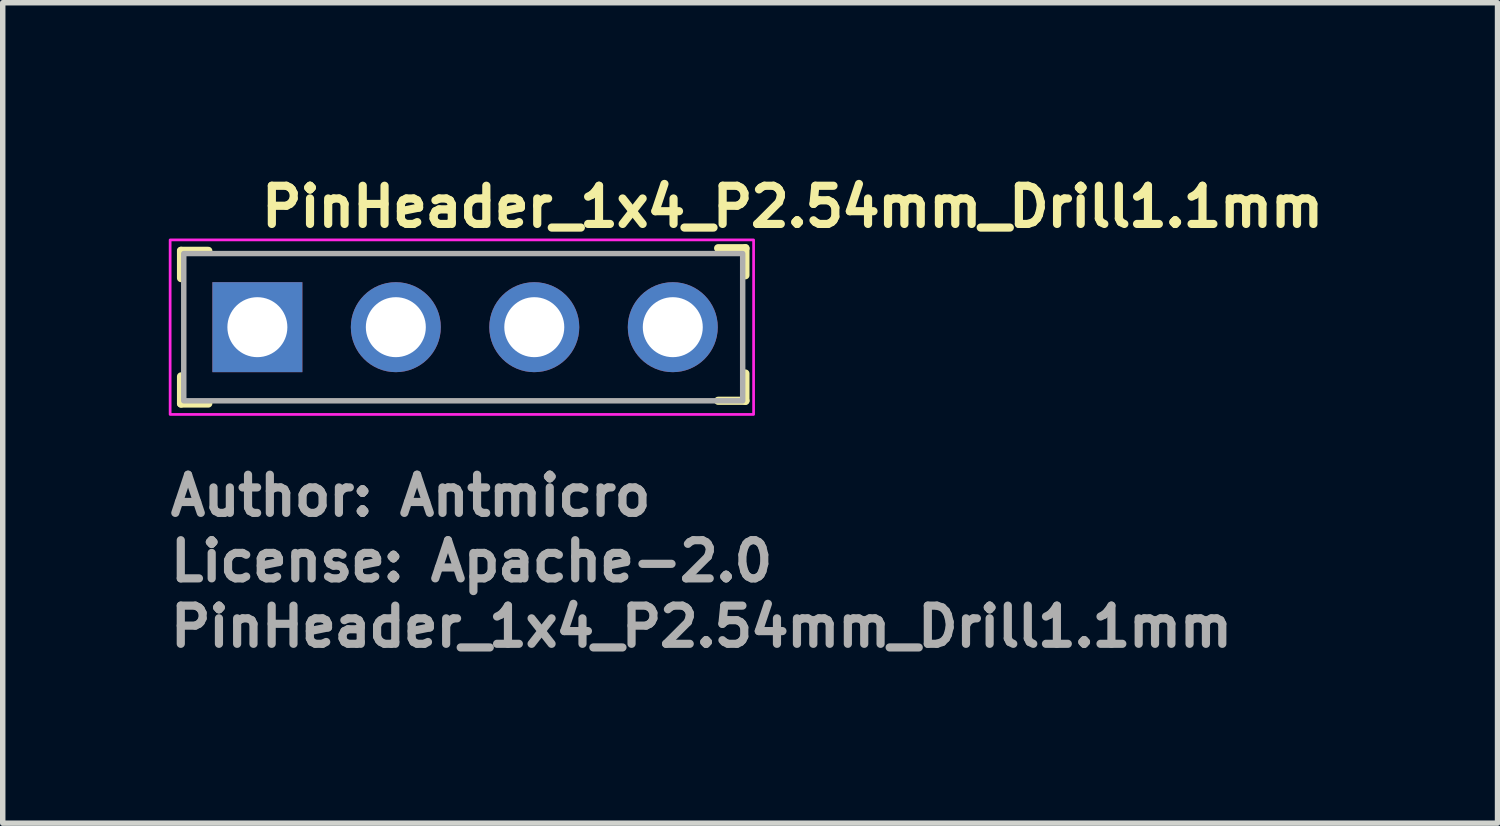
<source format=kicad_pcb>
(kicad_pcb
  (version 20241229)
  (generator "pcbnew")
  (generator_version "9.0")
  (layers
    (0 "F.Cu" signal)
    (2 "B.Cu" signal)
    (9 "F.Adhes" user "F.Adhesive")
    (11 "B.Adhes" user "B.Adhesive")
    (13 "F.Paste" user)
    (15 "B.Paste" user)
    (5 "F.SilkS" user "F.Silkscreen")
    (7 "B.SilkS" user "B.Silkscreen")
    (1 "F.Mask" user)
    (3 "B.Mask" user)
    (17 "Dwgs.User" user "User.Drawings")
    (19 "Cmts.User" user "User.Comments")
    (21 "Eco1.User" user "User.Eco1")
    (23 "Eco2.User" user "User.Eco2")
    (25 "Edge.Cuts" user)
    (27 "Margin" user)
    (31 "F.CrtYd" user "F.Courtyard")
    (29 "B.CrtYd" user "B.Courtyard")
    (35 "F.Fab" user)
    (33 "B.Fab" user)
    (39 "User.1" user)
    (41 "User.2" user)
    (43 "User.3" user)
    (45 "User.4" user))
  (footprint "PinHeader_1x4_P2.54mm_Drill1.1mm"
    (layer "F.Cu")
    (at 1.67 2.95)
    (property "Reference" "PinHeader_1x4_P2.54mm_Drill1.1mm" (at 0 -1.8 0) (layer "F.SilkS") (effects (font (size 0.7 0.7) (thickness 0.15)) (justify left bottom)))
    (attr through_hole)
    (fp_line (start -1.4 -1.4) (end -1.4 -0.9) (stroke (width 0.15) (type solid)) (layer "F.SilkS"))
    (fp_line (start -1.4 -1.4) (end -0.9 -1.4) (stroke (width 0.15) (type solid)) (layer "F.SilkS"))
    (fp_line (start -1.4 1.4) (end -1.4 0.903) (stroke (width 0.15) (type solid)) (layer "F.SilkS"))
    (fp_line (start -1.4 1.4) (end -0.9 1.4) (stroke (width 0.15) (type solid)) (layer "F.SilkS"))
    (fp_line (start 8.95 -1.448) (end 8.45 -1.448) (stroke (width 0.15) (type solid)) (layer "F.SilkS"))
    (fp_line (start 8.95 -1.448) (end 8.95 -0.952) (stroke (width 0.15) (type solid)) (layer "F.SilkS"))
    (fp_line (start 8.95 1.35) (end 8.45 1.35) (stroke (width 0.15) (type solid)) (layer "F.SilkS"))
    (fp_line (start 8.95 1.35) (end 8.95 0.85) (stroke (width 0.15) (type solid)) (layer "F.SilkS"))
    (fp_rect (start -1.6 -1.6) (end 9.1 1.6) (stroke (width 0.05) (type solid)) (fill no) (layer "F.CrtYd"))
    (fp_rect (start -1.35 -1.35) (end 8.9 1.35) (stroke (width 0.1) (type solid)) (fill no) (layer "F.Fab"))
    (fp_rect (start -1.27 -1.27) (end 8.879 1.269) (stroke (width 0.1) (type solid)) (fill no) (layer "User.5"))
    (fp_line (start -1.27 -1.27) (end 1.044 -1.27) (stroke (width 0.02) (type solid)) (layer "User.9"))
    (fp_line (start -1.27 1.269) (end -1.27 -1.27) (stroke (width 0.02) (type solid)) (layer "User.9"))
    (fp_line (start -1.27 1.269) (end 1.044 1.269) (stroke (width 0.02) (type solid)) (layer "User.9"))
    (fp_line (start -0.32 -0.32) (end -0.064 -0.064) (stroke (width 0.02) (type solid)) (layer "User.9"))
    (fp_line (start -0.32 -0.32) (end 0.32 -0.32) (stroke (width 0.02) (type solid)) (layer "User.9"))
    (fp_line (start -0.32 0.32) (end -0.32 -0.32) (stroke (width 0.02) (type solid)) (layer "User.9"))
    (fp_line (start -0.32 0.32) (end -0.064 0.064) (stroke (width 0.02) (type solid)) (layer "User.9"))
    (fp_line (start -0.32 0.32) (end 0.32 0.32) (stroke (width 0.02) (type solid)) (layer "User.9"))
    (fp_line (start -0.064 -0.064) (end 0.064 -0.064) (stroke (width 0.02) (type solid)) (layer "User.9"))
    (fp_line (start -0.064 0.064) (end -0.064 -0.064) (stroke (width 0.02) (type solid)) (layer "User.9"))
    (fp_line (start -0.064 0.064) (end 0.064 0.064) (stroke (width 0.02) (type solid)) (layer "User.9"))
    (fp_line (start 0.064 0.064) (end 0.064 -0.064) (stroke (width 0.02) (type solid)) (layer "User.9"))
    (fp_line (start 0.32 -0.32) (end 0.064 -0.064) (stroke (width 0.02) (type solid)) (layer "User.9"))
    (fp_line (start 0.32 0.32) (end 0.064 0.064) (stroke (width 0.02) (type solid)) (layer "User.9"))
    (fp_line (start 0.32 0.32) (end 0.32 -0.32) (stroke (width 0.02) (type solid)) (layer "User.9"))
    (fp_line (start 1.044 -1.27) (end 1.269 -1.047) (stroke (width 0.02) (type solid)) (layer "User.9"))
    (fp_line (start 1.044 1.269) (end 1.044 -1.27) (stroke (width 0.02) (type solid)) (layer "User.9"))
    (fp_line (start 1.044 1.269) (end 1.269 1.044) (stroke (width 0.02) (type solid)) (layer "User.9"))
    (fp_line (start 1.269 1.044) (end 1.269 -1.047) (stroke (width 0.02) (type solid)) (layer "User.9"))
    (fp_line (start 1.493 -1.27) (end 1.269 -1.047) (stroke (width 0.02) (type solid)) (layer "User.9"))
    (fp_line (start 1.493 -1.27) (end 3.584 -1.27) (stroke (width 0.02) (type solid)) (layer "User.9"))
    (fp_line (start 1.493 1.269) (end 1.269 1.044) (stroke (width 0.02) (type solid)) (layer "User.9"))
    (fp_line (start 1.493 1.269) (end 1.493 -1.27) (stroke (width 0.02) (type solid)) (layer "User.9"))
    (fp_line (start 1.493 1.269) (end 3.584 1.269) (stroke (width 0.02) (type solid)) (layer "User.9"))
    (fp_line (start 2.22 -0.32) (end 2.475 -0.064) (stroke (width 0.02) (type solid)) (layer "User.9"))
    (fp_line (start 2.22 -0.32) (end 2.858 -0.32) (stroke (width 0.02) (type solid)) (layer "User.9"))
    (fp_line (start 2.22 0.32) (end 2.22 -0.32) (stroke (width 0.02) (type solid)) (layer "User.9"))
    (fp_line (start 2.22 0.32) (end 2.475 0.064) (stroke (width 0.02) (type solid)) (layer "User.9"))
    (fp_line (start 2.22 0.32) (end 2.858 0.32) (stroke (width 0.02) (type solid)) (layer "User.9"))
    (fp_line (start 2.475 -0.064) (end 2.604 -0.064) (stroke (width 0.02) (type solid)) (layer "User.9"))
    (fp_line (start 2.475 0.064) (end 2.475 -0.064) (stroke (width 0.02) (type solid)) (layer "User.9"))
    (fp_line (start 2.475 0.064) (end 2.604 0.064) (stroke (width 0.02) (type solid)) (layer "User.9"))
    (fp_line (start 2.604 0.064) (end 2.604 -0.064) (stroke (width 0.02) (type solid)) (layer "User.9"))
    (fp_line (start 2.858 -0.32) (end 2.604 -0.064) (stroke (width 0.02) (type solid)) (layer "User.9"))
    (fp_line (start 2.858 0.32) (end 2.604 0.064) (stroke (width 0.02) (type solid)) (layer "User.9"))
    (fp_line (start 2.858 0.32) (end 2.858 -0.32) (stroke (width 0.02) (type solid)) (layer "User.9"))
    (fp_line (start 3.584 -1.27) (end 3.809 -1.047) (stroke (width 0.02) (type solid)) (layer "User.9"))
    (fp_line (start 3.584 1.269) (end 3.584 -1.27) (stroke (width 0.02) (type solid)) (layer "User.9"))
    (fp_line (start 3.584 1.269) (end 3.809 1.044) (stroke (width 0.02) (type solid)) (layer "User.9"))
    (fp_line (start 3.809 1.044) (end 3.809 -1.047) (stroke (width 0.02) (type solid)) (layer "User.9"))
    (fp_line (start 4.033 -1.27) (end 3.809 -1.047) (stroke (width 0.02) (type solid)) (layer "User.9"))
    (fp_line (start 4.033 -1.27) (end 6.124 -1.27) (stroke (width 0.02) (type solid)) (layer "User.9"))
    (fp_line (start 4.033 1.269) (end 3.809 1.044) (stroke (width 0.02) (type solid)) (layer "User.9"))
    (fp_line (start 4.033 1.269) (end 4.033 -1.27) (stroke (width 0.02) (type solid)) (layer "User.9"))
    (fp_line (start 4.033 1.269) (end 6.124 1.269) (stroke (width 0.02) (type solid)) (layer "User.9"))
    (fp_line (start 4.759 -0.32) (end 5.014 -0.064) (stroke (width 0.02) (type solid)) (layer "User.9"))
    (fp_line (start 4.759 -0.32) (end 5.4 -0.32) (stroke (width 0.02) (type solid)) (layer "User.9"))
    (fp_line (start 4.759 0.32) (end 4.759 -0.32) (stroke (width 0.02) (type solid)) (layer "User.9"))
    (fp_line (start 4.759 0.32) (end 5.014 0.064) (stroke (width 0.02) (type solid)) (layer "User.9"))
    (fp_line (start 4.759 0.32) (end 5.4 0.32) (stroke (width 0.02) (type solid)) (layer "User.9"))
    (fp_line (start 5.014 -0.064) (end 5.144 -0.064) (stroke (width 0.02) (type solid)) (layer "User.9"))
    (fp_line (start 5.014 0.064) (end 5.014 -0.064) (stroke (width 0.02) (type solid)) (layer "User.9"))
    (fp_line (start 5.014 0.064) (end 5.144 0.064) (stroke (width 0.02) (type solid)) (layer "User.9"))
    (fp_line (start 5.144 0.064) (end 5.144 -0.064) (stroke (width 0.02) (type solid)) (layer "User.9"))
    (fp_line (start 5.4 -0.32) (end 5.144 -0.064) (stroke (width 0.02) (type solid)) (layer "User.9"))
    (fp_line (start 5.4 0.32) (end 5.144 0.064) (stroke (width 0.02) (type solid)) (layer "User.9"))
    (fp_line (start 5.4 0.32) (end 5.4 -0.32) (stroke (width 0.02) (type solid)) (layer "User.9"))
    (fp_line (start 6.124 -1.27) (end 6.349 -1.047) (stroke (width 0.02) (type solid)) (layer "User.9"))
    (fp_line (start 6.124 1.269) (end 6.124 -1.27) (stroke (width 0.02) (type solid)) (layer "User.9"))
    (fp_line (start 6.124 1.269) (end 6.349 1.044) (stroke (width 0.02) (type solid)) (layer "User.9"))
    (fp_line (start 6.349 1.044) (end 6.349 -1.047) (stroke (width 0.02) (type solid)) (layer "User.9"))
    (fp_line (start 6.573 -1.27) (end 6.349 -1.047) (stroke (width 0.02) (type solid)) (layer "User.9"))
    (fp_line (start 6.573 -1.27) (end 8.665 -1.27) (stroke (width 0.02) (type solid)) (layer "User.9"))
    (fp_line (start 6.573 1.269) (end 6.349 1.044) (stroke (width 0.02) (type solid)) (layer "User.9"))
    (fp_line (start 6.573 1.269) (end 6.573 -1.27) (stroke (width 0.02) (type solid)) (layer "User.9"))
    (fp_line (start 6.573 1.269) (end 8.665 1.269) (stroke (width 0.02) (type solid)) (layer "User.9"))
    (fp_line (start 7.299 -0.32) (end 7.554 -0.064) (stroke (width 0.02) (type solid)) (layer "User.9"))
    (fp_line (start 7.299 -0.32) (end 7.94 -0.32) (stroke (width 0.02) (type solid)) (layer "User.9"))
    (fp_line (start 7.299 0.32) (end 7.299 -0.32) (stroke (width 0.02) (type solid)) (layer "User.9"))
    (fp_line (start 7.299 0.32) (end 7.554 0.064) (stroke (width 0.02) (type solid)) (layer "User.9"))
    (fp_line (start 7.299 0.32) (end 7.94 0.32) (stroke (width 0.02) (type solid)) (layer "User.9"))
    (fp_line (start 7.554 -0.064) (end 7.684 -0.064) (stroke (width 0.02) (type solid)) (layer "User.9"))
    (fp_line (start 7.554 0.064) (end 7.554 -0.064) (stroke (width 0.02) (type solid)) (layer "User.9"))
    (fp_line (start 7.554 0.064) (end 7.684 0.064) (stroke (width 0.02) (type solid)) (layer "User.9"))
    (fp_line (start 7.684 0.064) (end 7.684 -0.064) (stroke (width 0.02) (type solid)) (layer "User.9"))
    (fp_line (start 7.94 -0.32) (end 7.684 -0.064) (stroke (width 0.02) (type solid)) (layer "User.9"))
    (fp_line (start 7.94 0.32) (end 7.684 0.064) (stroke (width 0.02) (type solid)) (layer "User.9"))
    (fp_line (start 7.94 0.32) (end 7.94 -0.32) (stroke (width 0.02) (type solid)) (layer "User.9"))
    (fp_line (start 8.665 -1.27) (end 8.89 -1.047) (stroke (width 0.02) (type solid)) (layer "User.9"))
    (fp_line (start 8.665 1.269) (end 8.665 -1.27) (stroke (width 0.02) (type solid)) (layer "User.9"))
    (fp_line (start 8.665 1.269) (end 8.89 1.044) (stroke (width 0.02) (type solid)) (layer "User.9"))
    (fp_line (start 8.89 1.044) (end 8.89 -1.047) (stroke (width 0.02) (type solid)) (layer "User.9"))
    (fp_text user "Author: Antmicro" (at -1.67 3.499 0) (layer "F.Fab") (effects (font (size 0.7 0.7) (thickness 0.15)) (justify left bottom)))
    (fp_text user "${REFERENCE}" (at -1.67 5.9 0) (layer "F.Fab") (effects (font (size 0.7 0.7) (thickness 0.15)) (justify left bottom)))
    (fp_text user "License: Apache-2.0" (at -1.67 4.7 0) (layer "F.Fab") (effects (font (size 0.7 0.7) (thickness 0.15)) (justify left bottom)))
    (pad "1" thru_hole rect (at 0 0) (size 1.65 1.65) (drill 1.1) (layers "*.Cu" "*.Mask"))
    (pad "2" thru_hole circle (at 2.539 0) (size 1.65 1.65) (drill 1.1) (layers "*.Cu" "*.Mask"))
    (pad "3" thru_hole circle (at 5.078 0) (size 1.65 1.65) (drill 1.1) (layers "*.Cu" "*.Mask"))
    (pad "4" thru_hole circle (at 7.618 0) (size 1.65 1.65) (drill 1.1) (layers "*.Cu" "*.Mask")))
  (gr_rect
    (start -3 -3)
    (end 24.413 12.046)
    (stroke (width 0.1) (type default))
    (fill no)
    (layer "Edge.Cuts")))
</source>
